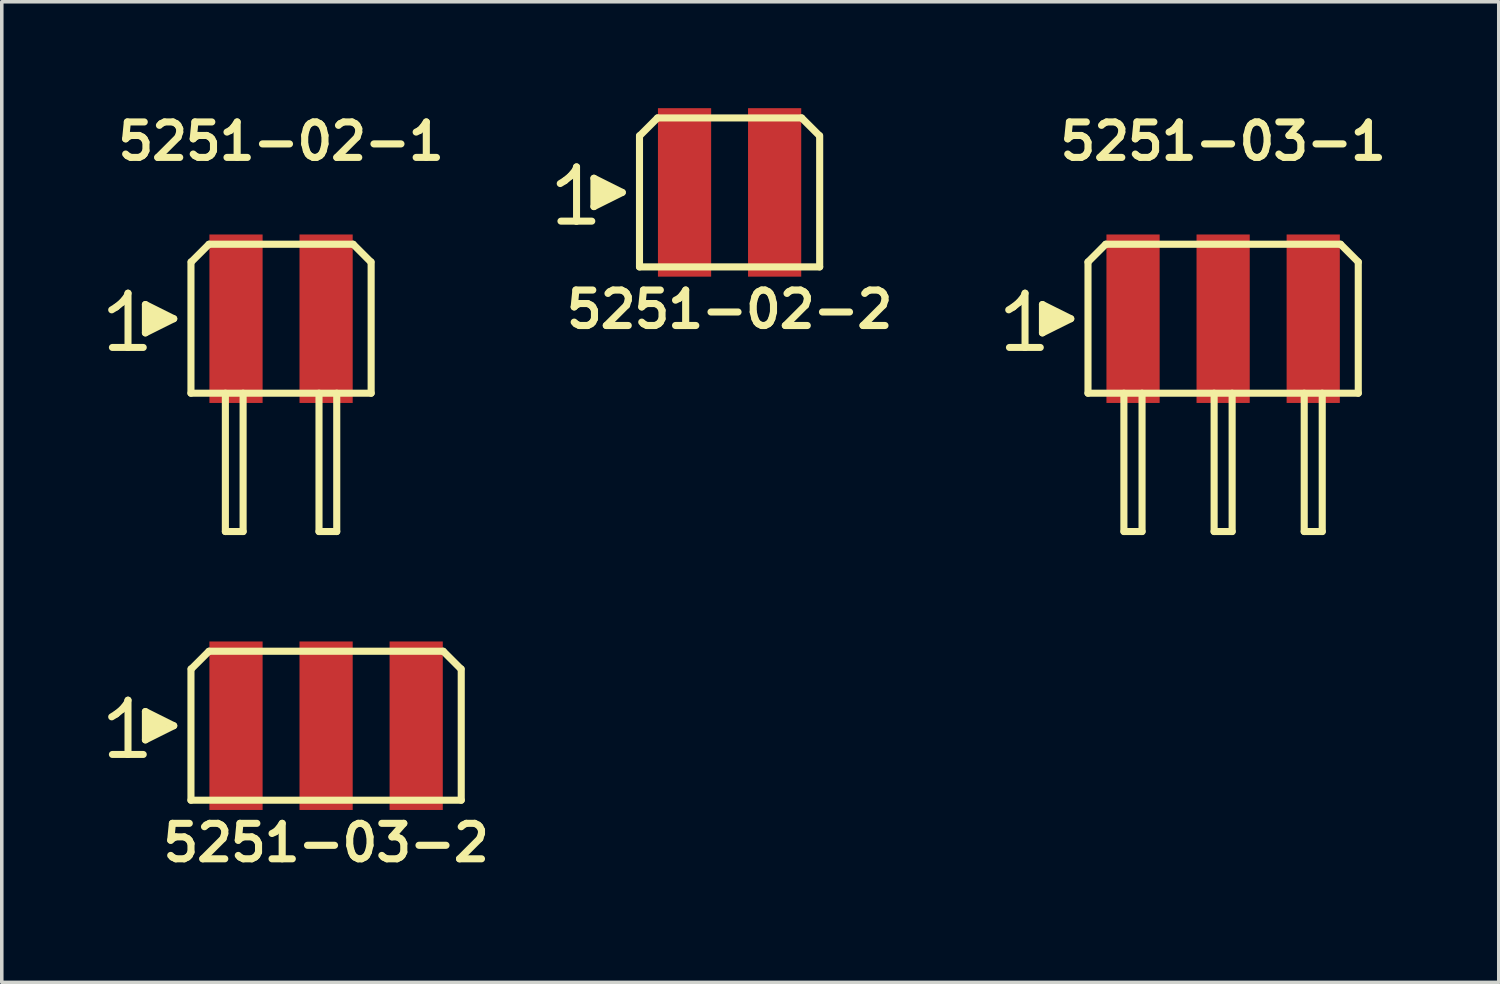
<source format=kicad_pcb>
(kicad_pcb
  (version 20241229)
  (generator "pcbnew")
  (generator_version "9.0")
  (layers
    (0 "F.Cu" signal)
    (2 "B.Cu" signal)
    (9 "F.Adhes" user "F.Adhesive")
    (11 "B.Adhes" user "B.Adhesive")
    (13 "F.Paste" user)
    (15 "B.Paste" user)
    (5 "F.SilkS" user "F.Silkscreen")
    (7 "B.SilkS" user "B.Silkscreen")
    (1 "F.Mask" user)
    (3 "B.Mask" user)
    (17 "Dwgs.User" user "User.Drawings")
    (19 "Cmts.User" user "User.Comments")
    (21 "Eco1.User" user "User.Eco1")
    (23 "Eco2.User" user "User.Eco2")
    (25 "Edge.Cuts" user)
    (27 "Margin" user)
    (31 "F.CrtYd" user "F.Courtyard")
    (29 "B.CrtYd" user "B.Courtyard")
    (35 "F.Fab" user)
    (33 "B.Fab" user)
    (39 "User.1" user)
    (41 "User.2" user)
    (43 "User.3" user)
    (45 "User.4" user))
  (footprint "5251-03-1"
    (layer "F.Cu")
    (at 31.435 5.936)
    (property "Reference" "5251-03-1" (at 0 -5 0) (layer "F.SilkS") (effects (font (size 1 1) (thickness 0.2))))
    (attr through_hole)
    (fp_line (start -6.045 -0.25) (end -5.915 -0.33) (stroke (width 0.198) (type solid)) (layer "F.SilkS"))
    (fp_line (start -5.915 -0.33) (end -5.755 -0.46) (stroke (width 0.198) (type solid)) (layer "F.SilkS"))
    (fp_line (start -5.755 -0.46) (end -5.615 -0.63) (stroke (width 0.198) (type solid)) (layer "F.SilkS"))
    (fp_line (start -5.615 -0.63) (end -5.585 -0.72) (stroke (width 0.198) (type solid)) (layer "F.SilkS"))
    (fp_line (start -5.585 -0.72) (end -5.585 0.81) (stroke (width 0.198) (type solid)) (layer "F.SilkS"))
    (fp_line (start -5.585 0.81) (end -6.025 0.81) (stroke (width 0.198) (type solid)) (layer "F.SilkS"))
    (fp_line (start -5.155 0.81) (end -5.595 0.81) (stroke (width 0.198) (type solid)) (layer "F.SilkS"))
    (fp_line (start -5.095 -0.4) (end -4.295 0) (stroke (width 0.198) (type solid)) (layer "F.SilkS"))
    (fp_line (start -5.095 0.4) (end -5.095 -0.4) (stroke (width 0.198) (type solid)) (layer "F.SilkS"))
    (fp_line (start -4.995 0.3) (end -4.995 -0.3) (stroke (width 0.198) (type solid)) (layer "F.SilkS"))
    (fp_line (start -4.895 -0.2) (end -4.895 0.2) (stroke (width 0.198) (type solid)) (layer "F.SilkS"))
    (fp_line (start -4.795 0.2) (end -4.795 -0.2) (stroke (width 0.198) (type solid)) (layer "F.SilkS"))
    (fp_line (start -4.695 -0.1) (end -4.695 0.1) (stroke (width 0.198) (type solid)) (layer "F.SilkS"))
    (fp_line (start -4.595 0.1) (end -4.595 -0.1) (stroke (width 0.198) (type solid)) (layer "F.SilkS"))
    (fp_line (start -4.295 0) (end -5.095 0.4) (stroke (width 0.198) (type solid)) (layer "F.SilkS"))
    (fp_line (start -3.81 -1.6) (end -3.31 -2.1) (stroke (width 0.2) (type solid)) (layer "F.SilkS"))
    (fp_line (start -3.81 2.1) (end -3.81 -1.6) (stroke (width 0.2) (type solid)) (layer "F.SilkS"))
    (fp_line (start -3.31 -2.1) (end 3.31 -2.1) (stroke (width 0.2) (type solid)) (layer "F.SilkS"))
    (fp_line (start -2.798 2.1) (end -2.798 6) (stroke (width 0.2) (type solid)) (layer "F.SilkS"))
    (fp_line (start -2.794 6) (end -2.286 6) (stroke (width 0.2) (type solid)) (layer "F.SilkS"))
    (fp_line (start -2.286 6) (end -2.286 2.1) (stroke (width 0.2) (type solid)) (layer "F.SilkS"))
    (fp_line (start -0.254 2.1) (end -0.254 6) (stroke (width 0.2) (type solid)) (layer "F.SilkS"))
    (fp_line (start -0.254 6) (end 0.254 6) (stroke (width 0.2) (type solid)) (layer "F.SilkS"))
    (fp_line (start 0.254 6) (end 0.254 2.1) (stroke (width 0.2) (type solid)) (layer "F.SilkS"))
    (fp_line (start 2.286 2.1) (end 2.286 6) (stroke (width 0.2) (type solid)) (layer "F.SilkS"))
    (fp_line (start 2.286 6) (end 2.794 6) (stroke (width 0.2) (type solid)) (layer "F.SilkS"))
    (fp_line (start 2.794 6) (end 2.794 2.1) (stroke (width 0.2) (type solid)) (layer "F.SilkS"))
    (fp_line (start 3.31 -2.1) (end 3.81 -1.6) (stroke (width 0.2) (type solid)) (layer "F.SilkS"))
    (fp_line (start 3.81 -1.6) (end 3.81 2.1) (stroke (width 0.2) (type solid)) (layer "F.SilkS"))
    (fp_line (start 3.81 2.1) (end -3.81 2.1) (stroke (width 0.2) (type solid)) (layer "F.SilkS"))
    (pad "1" smd rect (at -2.54 0) (size 1.5 4.75) (layers "F.Cu" "F.Mask" "F.Paste"))
    (pad "2" smd rect (at 0 0) (size 1.5 4.75) (layers "F.Cu" "F.Mask" "F.Paste"))
    (pad "3" smd rect (at 2.54 0) (size 1.5 4.75) (layers "F.Cu" "F.Mask" "F.Paste")))
  (footprint "5251-03-2"
    (layer "F.Cu")
    (at 6.144 17.411)
    (property "Reference" "5251-03-2" (at 0 3.3 0) (layer "F.SilkS") (effects (font (size 1 1) (thickness 0.2))))
    (attr through_hole)
    (fp_line (start -6.045 -0.25) (end -5.915 -0.33) (stroke (width 0.198) (type solid)) (layer "F.SilkS"))
    (fp_line (start -5.915 -0.33) (end -5.755 -0.46) (stroke (width 0.198) (type solid)) (layer "F.SilkS"))
    (fp_line (start -5.755 -0.46) (end -5.615 -0.63) (stroke (width 0.198) (type solid)) (layer "F.SilkS"))
    (fp_line (start -5.615 -0.63) (end -5.585 -0.72) (stroke (width 0.198) (type solid)) (layer "F.SilkS"))
    (fp_line (start -5.585 -0.72) (end -5.585 0.81) (stroke (width 0.198) (type solid)) (layer "F.SilkS"))
    (fp_line (start -5.585 0.81) (end -6.025 0.81) (stroke (width 0.198) (type solid)) (layer "F.SilkS"))
    (fp_line (start -5.155 0.81) (end -5.595 0.81) (stroke (width 0.198) (type solid)) (layer "F.SilkS"))
    (fp_line (start -5.095 -0.4) (end -4.295 0) (stroke (width 0.198) (type solid)) (layer "F.SilkS"))
    (fp_line (start -5.095 0.4) (end -5.095 -0.4) (stroke (width 0.198) (type solid)) (layer "F.SilkS"))
    (fp_line (start -4.995 0.3) (end -4.995 -0.3) (stroke (width 0.198) (type solid)) (layer "F.SilkS"))
    (fp_line (start -4.895 -0.2) (end -4.895 0.2) (stroke (width 0.198) (type solid)) (layer "F.SilkS"))
    (fp_line (start -4.795 0.2) (end -4.795 -0.2) (stroke (width 0.198) (type solid)) (layer "F.SilkS"))
    (fp_line (start -4.695 -0.1) (end -4.695 0.1) (stroke (width 0.198) (type solid)) (layer "F.SilkS"))
    (fp_line (start -4.595 0.1) (end -4.595 -0.1) (stroke (width 0.198) (type solid)) (layer "F.SilkS"))
    (fp_line (start -4.295 0) (end -5.095 0.4) (stroke (width 0.198) (type solid)) (layer "F.SilkS"))
    (fp_line (start -3.81 2.1) (end -3.81 -1.6) (stroke (width 0.2) (type solid)) (layer "F.SilkS"))
    (fp_line (start -3.802 -1.6) (end -3.302 -2.1) (stroke (width 0.2) (type solid)) (layer "F.SilkS"))
    (fp_line (start -3.302 -2.1) (end 3.302 -2.1) (stroke (width 0.2) (type solid)) (layer "F.SilkS"))
    (fp_line (start 3.302 -2.1) (end 3.802 -1.6) (stroke (width 0.2) (type solid)) (layer "F.SilkS"))
    (fp_line (start 3.81 -1.6) (end 3.81 2.1) (stroke (width 0.2) (type solid)) (layer "F.SilkS"))
    (fp_line (start 3.81 2.1) (end -3.81 2.1) (stroke (width 0.2) (type solid)) (layer "F.SilkS"))
    (pad "1" smd rect (at -2.54 0) (size 1.5 4.75) (layers "F.Cu" "F.Mask" "F.Paste"))
    (pad "2" smd rect (at 0 0) (size 1.5 4.75) (layers "F.Cu" "F.Mask" "F.Paste"))
    (pad "3" smd rect (at 2.54 0) (size 1.5 4.75) (layers "F.Cu" "F.Mask" "F.Paste")))
  (footprint "5251-02-1"
    (layer "F.Cu")
    (at 4.874 5.936)
    (property "Reference" "5251-02-1" (at 0 -5 0) (layer "F.SilkS") (effects (font (size 1 1) (thickness 0.2))))
    (attr through_hole)
    (fp_line (start -4.775 -0.25) (end -4.645 -0.33) (stroke (width 0.198) (type solid)) (layer "F.SilkS"))
    (fp_line (start -4.645 -0.33) (end -4.485 -0.46) (stroke (width 0.198) (type solid)) (layer "F.SilkS"))
    (fp_line (start -4.485 -0.46) (end -4.345 -0.63) (stroke (width 0.198) (type solid)) (layer "F.SilkS"))
    (fp_line (start -4.345 -0.63) (end -4.315 -0.72) (stroke (width 0.198) (type solid)) (layer "F.SilkS"))
    (fp_line (start -4.315 -0.72) (end -4.315 0.81) (stroke (width 0.198) (type solid)) (layer "F.SilkS"))
    (fp_line (start -4.315 0.81) (end -4.755 0.81) (stroke (width 0.198) (type solid)) (layer "F.SilkS"))
    (fp_line (start -3.885 0.81) (end -4.325 0.81) (stroke (width 0.198) (type solid)) (layer "F.SilkS"))
    (fp_line (start -3.825 -0.4) (end -3.025 0) (stroke (width 0.198) (type solid)) (layer "F.SilkS"))
    (fp_line (start -3.825 0.4) (end -3.825 -0.4) (stroke (width 0.198) (type solid)) (layer "F.SilkS"))
    (fp_line (start -3.725 0.3) (end -3.725 -0.3) (stroke (width 0.198) (type solid)) (layer "F.SilkS"))
    (fp_line (start -3.625 -0.2) (end -3.625 0.2) (stroke (width 0.198) (type solid)) (layer "F.SilkS"))
    (fp_line (start -3.525 0.2) (end -3.525 -0.2) (stroke (width 0.198) (type solid)) (layer "F.SilkS"))
    (fp_line (start -3.425 -0.1) (end -3.425 0.1) (stroke (width 0.198) (type solid)) (layer "F.SilkS"))
    (fp_line (start -3.325 0.1) (end -3.325 -0.1) (stroke (width 0.198) (type solid)) (layer "F.SilkS"))
    (fp_line (start -3.025 0) (end -3.825 0.4) (stroke (width 0.198) (type solid)) (layer "F.SilkS"))
    (fp_line (start -2.54 2.1) (end -2.54 -1.6) (stroke (width 0.2) (type solid)) (layer "F.SilkS"))
    (fp_line (start -2.532 -1.6) (end -2.032 -2.1) (stroke (width 0.2) (type solid)) (layer "F.SilkS"))
    (fp_line (start -2.032 -2.1) (end 2.032 -2.1) (stroke (width 0.2) (type solid)) (layer "F.SilkS"))
    (fp_line (start -1.57 2.1) (end -1.57 6) (stroke (width 0.2) (type solid)) (layer "F.SilkS"))
    (fp_line (start -1.57 6) (end -1.07 6) (stroke (width 0.2) (type solid)) (layer "F.SilkS"))
    (fp_line (start -1.07 6) (end -1.07 2.1) (stroke (width 0.2) (type solid)) (layer "F.SilkS"))
    (fp_line (start 1.07 2.1) (end 1.07 6) (stroke (width 0.2) (type solid)) (layer "F.SilkS"))
    (fp_line (start 1.07 6) (end 1.57 6) (stroke (width 0.2) (type solid)) (layer "F.SilkS"))
    (fp_line (start 1.57 6) (end 1.57 2.1) (stroke (width 0.2) (type solid)) (layer "F.SilkS"))
    (fp_line (start 2.032 -2.1) (end 2.532 -1.6) (stroke (width 0.2) (type solid)) (layer "F.SilkS"))
    (fp_line (start 2.54 -1.6) (end 2.54 2.1) (stroke (width 0.2) (type solid)) (layer "F.SilkS"))
    (fp_line (start 2.54 2.1) (end -2.54 2.1) (stroke (width 0.2) (type solid)) (layer "F.SilkS"))
    (pad "1" smd rect (at -1.27 0) (size 1.5 4.75) (layers "F.Cu" "F.Mask" "F.Paste"))
    (pad "2" smd rect (at 1.27 0) (size 1.5 4.75) (layers "F.Cu" "F.Mask" "F.Paste")))
  (footprint "5251-02-2"
    (layer "F.Cu")
    (at 17.52 2.375)
    (property "Reference" "5251-02-2" (at 0 3.3 0) (layer "F.SilkS") (effects (font (size 1 1) (thickness 0.2))))
    (attr through_hole)
    (fp_line (start -4.775 -0.25) (end -4.645 -0.33) (stroke (width 0.198) (type solid)) (layer "F.SilkS"))
    (fp_line (start -4.645 -0.33) (end -4.485 -0.46) (stroke (width 0.198) (type solid)) (layer "F.SilkS"))
    (fp_line (start -4.485 -0.46) (end -4.345 -0.63) (stroke (width 0.198) (type solid)) (layer "F.SilkS"))
    (fp_line (start -4.345 -0.63) (end -4.315 -0.72) (stroke (width 0.198) (type solid)) (layer "F.SilkS"))
    (fp_line (start -4.315 -0.72) (end -4.315 0.81) (stroke (width 0.198) (type solid)) (layer "F.SilkS"))
    (fp_line (start -4.315 0.81) (end -4.755 0.81) (stroke (width 0.198) (type solid)) (layer "F.SilkS"))
    (fp_line (start -3.885 0.81) (end -4.325 0.81) (stroke (width 0.198) (type solid)) (layer "F.SilkS"))
    (fp_line (start -3.825 -0.4) (end -3.025 0) (stroke (width 0.198) (type solid)) (layer "F.SilkS"))
    (fp_line (start -3.825 0.4) (end -3.825 -0.4) (stroke (width 0.198) (type solid)) (layer "F.SilkS"))
    (fp_line (start -3.725 0.3) (end -3.725 -0.3) (stroke (width 0.198) (type solid)) (layer "F.SilkS"))
    (fp_line (start -3.625 -0.2) (end -3.625 0.2) (stroke (width 0.198) (type solid)) (layer "F.SilkS"))
    (fp_line (start -3.525 0.2) (end -3.525 -0.2) (stroke (width 0.198) (type solid)) (layer "F.SilkS"))
    (fp_line (start -3.425 -0.1) (end -3.425 0.1) (stroke (width 0.198) (type solid)) (layer "F.SilkS"))
    (fp_line (start -3.325 0.1) (end -3.325 -0.1) (stroke (width 0.198) (type solid)) (layer "F.SilkS"))
    (fp_line (start -3.025 0) (end -3.825 0.4) (stroke (width 0.198) (type solid)) (layer "F.SilkS"))
    (fp_line (start -2.54 2.1) (end -2.54 -1.6) (stroke (width 0.2) (type solid)) (layer "F.SilkS"))
    (fp_line (start -2.532 -1.6) (end -2.032 -2.1) (stroke (width 0.2) (type solid)) (layer "F.SilkS"))
    (fp_line (start -2.032 -2.1) (end 2.032 -2.1) (stroke (width 0.2) (type solid)) (layer "F.SilkS"))
    (fp_line (start 2.032 -2.1) (end 2.532 -1.6) (stroke (width 0.2) (type solid)) (layer "F.SilkS"))
    (fp_line (start 2.54 -1.6) (end 2.54 2.1) (stroke (width 0.2) (type solid)) (layer "F.SilkS"))
    (fp_line (start 2.54 2.1) (end -2.54 2.1) (stroke (width 0.2) (type solid)) (layer "F.SilkS"))
    (pad "1" smd rect (at -1.27 0) (size 1.5 4.75) (layers "F.Cu" "F.Mask" "F.Paste"))
    (pad "2" smd rect (at 1.27 0) (size 1.5 4.75) (layers "F.Cu" "F.Mask" "F.Paste")))
  (gr_rect
    (start -3 -3)
    (end 39.206 24.647)
    (stroke (width 0.1) (type default))
    (fill no)
    (layer "Edge.Cuts")))
</source>
